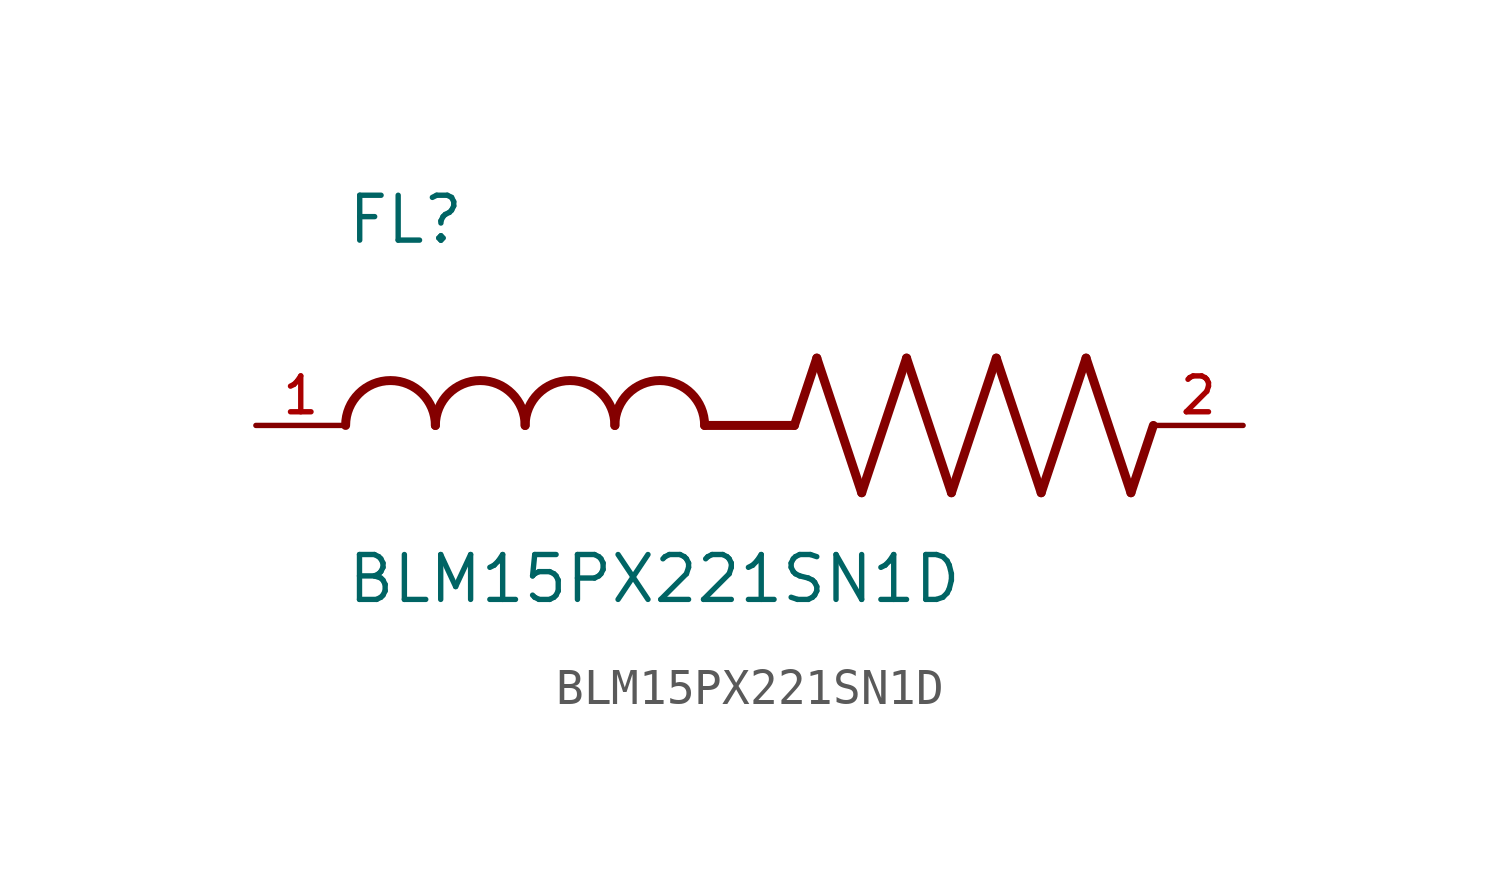
<source format=kicad_sym>
(kicad_symbol_lib
  (version 20211014)
  (generator kicad_symbol_editor)
  (symbol "BLM15PX221SN1D"
    (pin_names
      (offset 1.016))
    (property "Reference" "FL"
      (at -12.704 5.081 0)
      (effects (font (size 1.27 1.27)) (justify bottom left)))
    (property "Value" "BLM15PX221SN1D"
      (at -12.71 -5.087 0)
      (effects (font (size 1.27 1.27)) (justify bottom left)))
    (symbol "BLM15PX221SN1D_0_0"
      (polyline (pts (xy 0.0 0.0) (xy 0.635 1.905)) (stroke (width 0.254)))
      (polyline (pts (xy 0.635 1.905) (xy 1.905 -1.905)) (stroke (width 0.254)))
      (polyline (pts (xy 1.905 -1.905) (xy 3.175 1.905)) (stroke (width 0.254)))
      (polyline (pts (xy 3.175 1.905) (xy 4.445 -1.905)) (stroke (width 0.254)))
      (polyline (pts (xy 4.445 -1.905) (xy 5.715 1.905)) (stroke (width 0.254)))
      (polyline (pts (xy 5.715 1.905) (xy 6.985 -1.905)) (stroke (width 0.254)))
      (polyline (pts (xy 6.985 -1.905) (xy 8.255 1.905)) (stroke (width 0.254)))
      (polyline (pts (xy 8.255 1.905) (xy 9.525 -1.905)) (stroke (width 0.254)))
      (polyline (pts (xy 9.525 -1.905) (xy 10.16 0.0)) (stroke (width 0.254)))
      (arc (start -10.16 0.0) (mid -11.43 1.27) (end -12.7 0.0) (stroke (width 0.254) (type default) (color 0 0 0 0)) (fill (type none)))
      (arc (start -7.62 0.0) (mid -8.89 1.27) (end -10.16 0.0) (stroke (width 0.254) (type default) (color 0 0 0 0)) (fill (type none)))
      (arc (start -5.08 0.0) (mid -6.35 1.27) (end -7.62 0.0) (stroke (width 0.254) (type default) (color 0 0 0 0)) (fill (type none)))
      (arc (start -2.54 0.0) (mid -3.81 1.27) (end -5.08 0.0) (stroke (width 0.254) (type default) (color 0 0 0 0)) (fill (type none)))
      (polyline (pts (xy 0.0 0.0) (xy -2.54 0.0)) (stroke (width 0.254)))
      (pin passive line (at 12.7 0.0 180.0) (length 2.54) (name "~" (effects (font (size 1.016 1.016)))) (number "2" (effects (font (size 1.016 1.016)))))
      (pin passive line (at -15.24 0.0 0) (length 2.54) (name "~" (effects (font (size 1.016 1.016)))) (number "1" (effects (font (size 1.016 1.016))))))))
</source>
